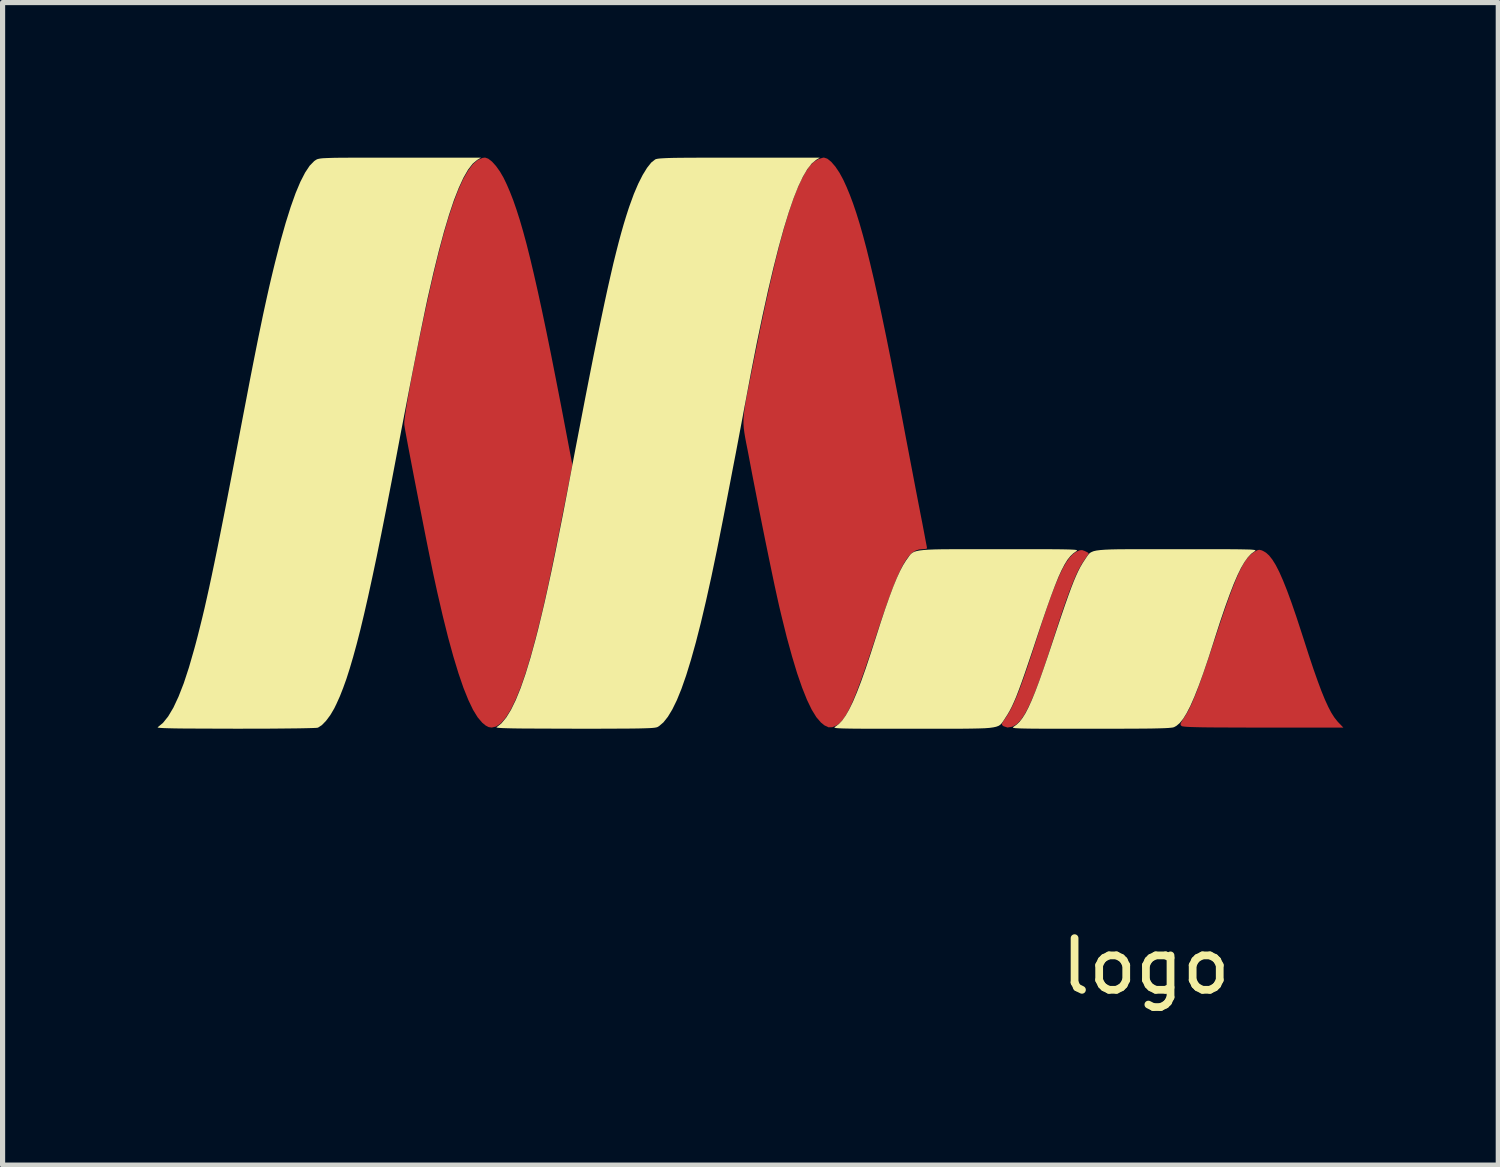
<source format=kicad_pcb>
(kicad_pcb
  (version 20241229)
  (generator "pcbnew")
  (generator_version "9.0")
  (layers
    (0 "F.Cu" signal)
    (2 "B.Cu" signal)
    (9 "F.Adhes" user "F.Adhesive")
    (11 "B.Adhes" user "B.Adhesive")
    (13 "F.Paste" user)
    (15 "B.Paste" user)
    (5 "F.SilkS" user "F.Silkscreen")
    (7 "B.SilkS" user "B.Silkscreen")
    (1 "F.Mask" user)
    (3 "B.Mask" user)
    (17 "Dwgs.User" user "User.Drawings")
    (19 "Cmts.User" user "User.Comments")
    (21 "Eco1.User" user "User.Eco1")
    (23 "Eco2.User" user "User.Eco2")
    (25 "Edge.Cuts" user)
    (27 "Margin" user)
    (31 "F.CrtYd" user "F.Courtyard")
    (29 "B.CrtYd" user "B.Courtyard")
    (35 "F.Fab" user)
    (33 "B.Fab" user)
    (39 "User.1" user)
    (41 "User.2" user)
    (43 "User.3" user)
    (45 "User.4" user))
  (footprint "logo"
    (layer "F.Cu")
    (at 11.509 5.493)
    (property "Reference" "logo" (at 7.62 10.16 0) (layer "F.SilkS") (effects (font (size 1 1) (thickness 0.15))))
    (attr through_hole)
    (fp_poly (pts (xy 6.437 2.122) (xy 6.487 2.146) (xy 6.512 2.164) (xy 6.512 2.166) (xy 6.5 2.19) (xy 6.467 2.24) (xy 6.431 2.292) (xy 6.378 2.372) (xy 6.324 2.469) (xy 6.268 2.585) (xy 6.209 2.724) (xy 6.144 2.89) (xy 6.073 3.086) (xy 5.993 3.317) (xy 5.905 3.586) (xy 5.829 3.821) (xy 5.726 4.14) (xy 5.632 4.418) (xy 5.547 4.657) (xy 5.47 4.86) (xy 5.399 5.03) (xy 5.332 5.171) (xy 5.27 5.286) (xy 5.209 5.377) (xy 5.199 5.391) (xy 5.118 5.474) (xy 5.029 5.524) (xy 4.941 5.538) (xy 4.864 5.513) (xy 4.857 5.508) (xy 4.836 5.489) (xy 4.833 5.466) (xy 4.852 5.428) (xy 4.895 5.366) (xy 4.899 5.36) (xy 4.952 5.279) (xy 5.006 5.183) (xy 5.062 5.069) (xy 5.121 4.932) (xy 5.185 4.769) (xy 5.255 4.576) (xy 5.333 4.349) (xy 5.421 4.084) (xy 5.504 3.827) (xy 5.609 3.501) (xy 5.705 3.217) (xy 5.792 2.972) (xy 5.872 2.765) (xy 5.946 2.591) (xy 6.015 2.449) (xy 6.081 2.336) (xy 6.144 2.248) (xy 6.206 2.183) (xy 6.268 2.139) (xy 6.279 2.133) (xy 6.34 2.107) (xy 6.386 2.104) (xy 6.437 2.122)) (stroke (width 0) (type solid)) (fill yes) (layer "F.Cu"))
    (fp_poly (pts (xy 9.855 2.107) (xy 9.88 2.117) (xy 9.943 2.153) (xy 10.005 2.209) (xy 10.068 2.289) (xy 10.133 2.394) (xy 10.201 2.527) (xy 10.274 2.692) (xy 10.353 2.89) (xy 10.439 3.125) (xy 10.533 3.398) (xy 10.636 3.713) (xy 10.673 3.827) (xy 10.773 4.138) (xy 10.863 4.407) (xy 10.945 4.639) (xy 11.018 4.835) (xy 11.086 5.001) (xy 11.149 5.138) (xy 11.208 5.251) (xy 11.266 5.342) (xy 11.323 5.415) (xy 11.345 5.439) (xy 11.441 5.539) (xy 9.896 5.539) (xy 9.578 5.539) (xy 9.302 5.538) (xy 9.068 5.537) (xy 8.871 5.536) (xy 8.709 5.534) (xy 8.579 5.531) (xy 8.478 5.528) (xy 8.404 5.524) (xy 8.353 5.519) (xy 8.322 5.514) (xy 8.311 5.509) (xy 8.292 5.491) (xy 8.29 5.468) (xy 8.306 5.429) (xy 8.346 5.367) (xy 8.365 5.337) (xy 8.411 5.264) (xy 8.456 5.18) (xy 8.504 5.08) (xy 8.555 4.961) (xy 8.612 4.819) (xy 8.674 4.649) (xy 8.745 4.448) (xy 8.826 4.212) (xy 8.917 3.937) (xy 8.956 3.82) (xy 9.059 3.509) (xy 9.151 3.239) (xy 9.233 3.007) (xy 9.307 2.811) (xy 9.374 2.646) (xy 9.435 2.51) (xy 9.492 2.399) (xy 9.546 2.31) (xy 9.599 2.241) (xy 9.653 2.187) (xy 9.707 2.146) (xy 9.71 2.144) (xy 9.77 2.109) (xy 9.812 2.098) (xy 9.855 2.107)) (stroke (width 0) (type solid)) (fill yes) (layer "F.Cu"))
    (fp_poly (pts (xy -5.11 -5.472) (xy -5.037 -5.416) (xy -4.959 -5.33) (xy -4.882 -5.222) (xy -4.813 -5.103) (xy -4.75 -4.972) (xy -4.688 -4.827) (xy -4.625 -4.666) (xy -4.563 -4.487) (xy -4.499 -4.287) (xy -4.434 -4.064) (xy -4.367 -3.817) (xy -4.298 -3.542) (xy -4.226 -3.238) (xy -4.15 -2.903) (xy -4.07 -2.535) (xy -3.985 -2.131) (xy -3.895 -1.689) (xy -3.8 -1.207) (xy -3.698 -0.684) (xy -3.618 -0.265) (xy -3.481 0.455) (xy -3.524 0.674) (xy -3.599 1.057) (xy -3.667 1.399) (xy -3.727 1.703) (xy -3.781 1.973) (xy -3.83 2.213) (xy -3.874 2.427) (xy -3.914 2.619) (xy -3.951 2.792) (xy -3.986 2.951) (xy -4.019 3.1) (xy -4.052 3.241) (xy -4.085 3.38) (xy -4.119 3.52) (xy -4.156 3.665) (xy -4.175 3.743) (xy -4.276 4.119) (xy -4.376 4.452) (xy -4.475 4.741) (xy -4.574 4.986) (xy -4.671 5.187) (xy -4.768 5.343) (xy -4.863 5.454) (xy -4.956 5.519) (xy -5.041 5.539) (xy -5.101 5.53) (xy -5.16 5.499) (xy -5.226 5.444) (xy -5.313 5.342) (xy -5.403 5.196) (xy -5.494 5.006) (xy -5.589 4.77) (xy -5.685 4.49) (xy -5.784 4.165) (xy -5.886 3.794) (xy -5.99 3.377) (xy -6.097 2.914) (xy -6.174 2.561) (xy -6.202 2.425) (xy -6.236 2.259) (xy -6.275 2.068) (xy -6.317 1.858) (xy -6.361 1.634) (xy -6.407 1.4) (xy -6.454 1.162) (xy -6.5 0.925) (xy -6.545 0.694) (xy -6.587 0.474) (xy -6.626 0.27) (xy -6.661 0.087) (xy -6.69 -0.069) (xy -6.713 -0.194) (xy -6.728 -0.283) (xy -6.734 -0.323) (xy -6.734 -0.377) (xy -6.723 -0.471) (xy -6.704 -0.602) (xy -6.678 -0.764) (xy -6.644 -0.955) (xy -6.605 -1.169) (xy -6.56 -1.402) (xy -6.511 -1.65) (xy -6.459 -1.907) (xy -6.404 -2.171) (xy -6.348 -2.437) (xy -6.291 -2.7) (xy -6.234 -2.955) (xy -6.178 -3.199) (xy -6.123 -3.428) (xy -6.08 -3.604) (xy -5.979 -3.988) (xy -5.88 -4.327) (xy -5.782 -4.621) (xy -5.687 -4.871) (xy -5.593 -5.078) (xy -5.499 -5.242) (xy -5.406 -5.365) (xy -5.313 -5.446) (xy -5.22 -5.487) (xy -5.17 -5.493) (xy -5.11 -5.472)) (stroke (width 0) (type solid)) (fill yes) (layer "F.Cu"))
    (fp_poly (pts (xy 1.453 -5.472) (xy 1.528 -5.412) (xy 1.608 -5.32) (xy 1.688 -5.201) (xy 1.762 -5.065) (xy 1.826 -4.925) (xy 1.889 -4.773) (xy 1.952 -4.605) (xy 2.015 -4.419) (xy 2.079 -4.213) (xy 2.144 -3.985) (xy 2.211 -3.733) (xy 2.28 -3.454) (xy 2.353 -3.146) (xy 2.429 -2.806) (xy 2.509 -2.433) (xy 2.594 -2.024) (xy 2.684 -1.577) (xy 2.779 -1.089) (xy 2.882 -0.559) (xy 2.92 -0.359) (xy 2.967 -0.109) (xy 3.017 0.152) (xy 3.067 0.415) (xy 3.116 0.671) (xy 3.162 0.912) (xy 3.204 1.13) (xy 3.24 1.315) (xy 3.257 1.404) (xy 3.29 1.571) (xy 3.319 1.724) (xy 3.344 1.856) (xy 3.364 1.961) (xy 3.378 2.034) (xy 3.383 2.068) (xy 3.384 2.07) (xy 3.363 2.08) (xy 3.312 2.085) (xy 3.294 2.086) (xy 3.227 2.092) (xy 3.164 2.113) (xy 3.103 2.15) (xy 3.043 2.207) (xy 2.982 2.286) (xy 2.919 2.39) (xy 2.853 2.522) (xy 2.782 2.684) (xy 2.705 2.878) (xy 2.62 3.108) (xy 2.527 3.376) (xy 2.423 3.685) (xy 2.366 3.859) (xy 2.262 4.173) (xy 2.169 4.445) (xy 2.085 4.678) (xy 2.01 4.876) (xy 1.942 5.041) (xy 1.879 5.177) (xy 1.821 5.285) (xy 1.766 5.37) (xy 1.713 5.434) (xy 1.66 5.48) (xy 1.64 5.493) (xy 1.554 5.532) (xy 1.478 5.534) (xy 1.399 5.497) (xy 1.33 5.441) (xy 1.242 5.339) (xy 1.152 5.193) (xy 1.06 5.002) (xy 0.966 4.767) (xy 0.869 4.487) (xy 0.771 4.162) (xy 0.669 3.792) (xy 0.566 3.376) (xy 0.521 3.187) (xy 0.481 3.007) (xy 0.433 2.788) (xy 0.38 2.535) (xy 0.322 2.255) (xy 0.26 1.953) (xy 0.196 1.636) (xy 0.131 1.31) (xy 0.067 0.981) (xy 0.003 0.654) (xy -0.057 0.337) (xy -0.059 0.325) (xy -0.089 0.169) (xy -0.115 0.039) (xy -0.136 -0.072) (xy -0.152 -0.169) (xy -0.163 -0.256) (xy -0.169 -0.339) (xy -0.169 -0.423) (xy -0.163 -0.514) (xy -0.151 -0.615) (xy -0.132 -0.734) (xy -0.107 -0.873) (xy -0.074 -1.04) (xy -0.034 -1.239) (xy 0.013 -1.475) (xy 0.047 -1.645) (xy 0.154 -2.168) (xy 0.255 -2.646) (xy 0.352 -3.081) (xy 0.445 -3.475) (xy 0.534 -3.829) (xy 0.621 -4.144) (xy 0.705 -4.423) (xy 0.787 -4.666) (xy 0.867 -4.876) (xy 0.946 -5.053) (xy 1.025 -5.199) (xy 1.102 -5.317) (xy 1.115 -5.333) (xy 1.192 -5.409) (xy 1.283 -5.465) (xy 1.371 -5.491) (xy 1.389 -5.493) (xy 1.453 -5.472)) (stroke (width 0) (type solid)) (fill yes) (layer "F.Cu"))
    (fp_poly (pts (xy 8.008 2.086) (xy 8.227 2.086) (xy 8.534 2.086) (xy 8.798 2.086) (xy 9.022 2.086) (xy 9.208 2.087) (xy 9.361 2.088) (xy 9.483 2.09) (xy 9.577 2.092) (xy 9.646 2.094) (xy 9.694 2.098) (xy 9.724 2.102) (xy 9.738 2.107) (xy 9.74 2.114) (xy 9.733 2.121) (xy 9.721 2.129) (xy 9.656 2.177) (xy 9.592 2.245) (xy 9.528 2.334) (xy 9.461 2.448) (xy 9.392 2.59) (xy 9.318 2.762) (xy 9.239 2.967) (xy 9.152 3.208) (xy 9.057 3.487) (xy 8.953 3.809) (xy 8.935 3.867) (xy 8.828 4.199) (xy 8.73 4.487) (xy 8.64 4.735) (xy 8.557 4.945) (xy 8.48 5.12) (xy 8.408 5.26) (xy 8.34 5.37) (xy 8.274 5.452) (xy 8.21 5.506) (xy 8.166 5.53) (xy 8.143 5.537) (xy 8.105 5.542) (xy 8.05 5.547) (xy 7.973 5.551) (xy 7.873 5.554) (xy 7.746 5.557) (xy 7.588 5.559) (xy 7.397 5.56) (xy 7.169 5.561) (xy 6.902 5.562) (xy 6.592 5.562) (xy 6.542 5.562) (xy 6.237 5.562) (xy 5.975 5.562) (xy 5.753 5.561) (xy 5.568 5.561) (xy 5.417 5.56) (xy 5.296 5.558) (xy 5.204 5.556) (xy 5.135 5.553) (xy 5.089 5.55) (xy 5.06 5.545) (xy 5.047 5.54) (xy 5.046 5.534) (xy 5.053 5.526) (xy 5.065 5.519) (xy 5.122 5.478) (xy 5.177 5.424) (xy 5.231 5.354) (xy 5.287 5.265) (xy 5.345 5.153) (xy 5.408 5.015) (xy 5.476 4.848) (xy 5.551 4.649) (xy 5.634 4.414) (xy 5.728 4.14) (xy 5.806 3.905) (xy 5.901 3.619) (xy 5.984 3.372) (xy 6.056 3.162) (xy 6.119 2.984) (xy 6.174 2.834) (xy 6.223 2.708) (xy 6.268 2.602) (xy 6.31 2.511) (xy 6.35 2.433) (xy 6.391 2.362) (xy 6.434 2.296) (xy 6.448 2.275) (xy 6.472 2.239) (xy 6.493 2.208) (xy 6.514 2.181) (xy 6.538 2.158) (xy 6.57 2.14) (xy 6.611 2.124) (xy 6.667 2.112) (xy 6.739 2.103) (xy 6.832 2.096) (xy 6.949 2.091) (xy 7.093 2.088) (xy 7.267 2.087) (xy 7.475 2.086) (xy 7.721 2.086) (xy 8.008 2.086)) (stroke (width 0) (type solid)) (fill yes) (layer "F.SilkS"))
    (fp_poly (pts (xy 4.625 2.086) (xy 4.789 2.086) (xy 5.095 2.086) (xy 5.357 2.086) (xy 5.579 2.086) (xy 5.764 2.087) (xy 5.915 2.088) (xy 6.036 2.09) (xy 6.129 2.092) (xy 6.197 2.095) (xy 6.244 2.098) (xy 6.272 2.102) (xy 6.286 2.108) (xy 6.287 2.114) (xy 6.28 2.121) (xy 6.268 2.129) (xy 6.211 2.17) (xy 6.156 2.223) (xy 6.101 2.292) (xy 6.046 2.381) (xy 5.988 2.491) (xy 5.926 2.627) (xy 5.859 2.793) (xy 5.785 2.99) (xy 5.702 3.223) (xy 5.609 3.494) (xy 5.528 3.736) (xy 5.433 4.024) (xy 5.35 4.27) (xy 5.278 4.481) (xy 5.215 4.66) (xy 5.16 4.81) (xy 5.111 4.937) (xy 5.066 5.043) (xy 5.024 5.134) (xy 4.984 5.212) (xy 4.943 5.283) (xy 4.9 5.349) (xy 4.885 5.373) (xy 4.861 5.409) (xy 4.84 5.44) (xy 4.819 5.467) (xy 4.794 5.489) (xy 4.763 5.508) (xy 4.721 5.523) (xy 4.666 5.535) (xy 4.593 5.545) (xy 4.501 5.552) (xy 4.384 5.556) (xy 4.24 5.559) (xy 4.066 5.561) (xy 3.857 5.562) (xy 3.611 5.562) (xy 3.325 5.562) (xy 3.105 5.562) (xy 2.798 5.562) (xy 2.535 5.562) (xy 2.311 5.561) (xy 2.124 5.561) (xy 1.972 5.56) (xy 1.85 5.558) (xy 1.756 5.556) (xy 1.686 5.553) (xy 1.638 5.55) (xy 1.609 5.546) (xy 1.594 5.54) (xy 1.592 5.534) (xy 1.599 5.527) (xy 1.612 5.519) (xy 1.678 5.469) (xy 1.744 5.399) (xy 1.81 5.305) (xy 1.878 5.186) (xy 1.95 5.038) (xy 2.026 4.858) (xy 2.108 4.645) (xy 2.197 4.394) (xy 2.294 4.103) (xy 2.387 3.814) (xy 2.486 3.506) (xy 2.575 3.239) (xy 2.656 3.009) (xy 2.729 2.814) (xy 2.797 2.649) (xy 2.86 2.511) (xy 2.92 2.397) (xy 2.979 2.302) (xy 3.002 2.271) (xy 3.027 2.235) (xy 3.049 2.205) (xy 3.072 2.179) (xy 3.099 2.157) (xy 3.133 2.138) (xy 3.178 2.124) (xy 3.237 2.112) (xy 3.314 2.103) (xy 3.411 2.096) (xy 3.533 2.091) (xy 3.683 2.088) (xy 3.863 2.087) (xy 4.078 2.086) (xy 4.331 2.086) (xy 4.625 2.086)) (stroke (width 0) (type solid)) (fill yes) (layer "F.SilkS"))
    (fp_poly (pts (xy 1.309 -5.492) (xy 1.235 -5.447) (xy 1.151 -5.377) (xy 1.066 -5.268) (xy 0.979 -5.119) (xy 0.89 -4.931) (xy 0.799 -4.701) (xy 0.706 -4.43) (xy 0.61 -4.117) (xy 0.512 -3.762) (xy 0.411 -3.364) (xy 0.307 -2.923) (xy 0.2 -2.437) (xy 0.089 -1.907) (xy -0.024 -1.332) (xy -0.141 -0.711) (xy -0.149 -0.672) (xy -0.183 -0.487) (xy -0.224 -0.27) (xy -0.269 -0.03) (xy -0.318 0.229) (xy -0.37 0.497) (xy -0.422 0.77) (xy -0.474 1.039) (xy -0.524 1.298) (xy -0.571 1.54) (xy -0.614 1.757) (xy -0.651 1.944) (xy -0.681 2.093) (xy -0.684 2.109) (xy -0.791 2.622) (xy -0.895 3.09) (xy -0.995 3.514) (xy -1.092 3.894) (xy -1.187 4.233) (xy -1.279 4.531) (xy -1.369 4.788) (xy -1.458 5.007) (xy -1.546 5.187) (xy -1.633 5.331) (xy -1.719 5.439) (xy -1.805 5.512) (xy -1.834 5.529) (xy -1.853 5.535) (xy -1.884 5.541) (xy -1.93 5.546) (xy -1.996 5.55) (xy -2.083 5.553) (xy -2.195 5.556) (xy -2.335 5.558) (xy -2.507 5.559) (xy -2.714 5.56) (xy -2.958 5.561) (xy -3.243 5.561) (xy -3.446 5.561) (xy -3.763 5.56) (xy -4.037 5.559) (xy -4.269 5.558) (xy -4.462 5.557) (xy -4.619 5.555) (xy -4.742 5.552) (xy -4.835 5.549) (xy -4.898 5.545) (xy -4.936 5.541) (xy -4.95 5.536) (xy -4.948 5.532) (xy -4.854 5.457) (xy -4.761 5.345) (xy -4.668 5.194) (xy -4.575 5.003) (xy -4.481 4.771) (xy -4.386 4.497) (xy -4.289 4.179) (xy -4.19 3.817) (xy -4.14 3.623) (xy -4.079 3.371) (xy -4.016 3.105) (xy -3.953 2.822) (xy -3.887 2.517) (xy -3.818 2.185) (xy -3.745 1.823) (xy -3.666 1.427) (xy -3.582 0.991) (xy -3.535 0.742) (xy -3.428 0.179) (xy -3.328 -0.34) (xy -3.236 -0.818) (xy -3.15 -1.257) (xy -3.07 -1.661) (xy -2.995 -2.03) (xy -2.925 -2.367) (xy -2.86 -2.675) (xy -2.799 -2.956) (xy -2.741 -3.212) (xy -2.687 -3.446) (xy -2.634 -3.66) (xy -2.584 -3.856) (xy -2.535 -4.037) (xy -2.487 -4.205) (xy -2.439 -4.362) (xy -2.391 -4.511) (xy -2.372 -4.566) (xy -2.291 -4.788) (xy -2.206 -4.987) (xy -2.12 -5.157) (xy -2.035 -5.295) (xy -1.954 -5.397) (xy -1.878 -5.457) (xy -1.876 -5.458) (xy -1.857 -5.465) (xy -1.827 -5.471) (xy -1.783 -5.476) (xy -1.721 -5.48) (xy -1.638 -5.484) (xy -1.531 -5.487) (xy -1.396 -5.489) (xy -1.231 -5.49) (xy -1.032 -5.491) (xy -0.796 -5.492) (xy -0.52 -5.492) (xy -0.25 -5.492) (xy 1.309 -5.492)) (stroke (width 0) (type solid)) (fill yes) (layer "F.SilkS"))
    (fp_poly (pts (xy -5.249 -5.492) (xy -5.324 -5.447) (xy -5.411 -5.374) (xy -5.499 -5.26) (xy -5.589 -5.104) (xy -5.68 -4.906) (xy -5.774 -4.666) (xy -5.869 -4.382) (xy -5.967 -4.054) (xy -6.067 -3.682) (xy -6.17 -3.264) (xy -6.276 -2.801) (xy -6.278 -2.793) (xy -6.322 -2.588) (xy -6.373 -2.342) (xy -6.432 -2.056) (xy -6.496 -1.736) (xy -6.566 -1.384) (xy -6.64 -1.004) (xy -6.718 -0.599) (xy -6.8 -0.173) (xy -6.872 0.209) (xy -6.98 0.777) (xy -7.082 1.302) (xy -7.178 1.786) (xy -7.268 2.229) (xy -7.354 2.635) (xy -7.435 3.006) (xy -7.512 3.343) (xy -7.585 3.648) (xy -7.656 3.924) (xy -7.724 4.172) (xy -7.79 4.396) (xy -7.854 4.596) (xy -7.918 4.774) (xy -7.981 4.934) (xy -8.045 5.076) (xy -8.09 5.169) (xy -8.166 5.298) (xy -8.249 5.409) (xy -8.33 5.492) (xy -8.404 5.54) (xy -8.408 5.541) (xy -8.44 5.545) (xy -8.514 5.548) (xy -8.627 5.551) (xy -8.775 5.554) (xy -8.953 5.556) (xy -9.157 5.558) (xy -9.385 5.56) (xy -9.631 5.56) (xy -9.892 5.561) (xy -10.007 5.561) (xy -10.324 5.56) (xy -10.597 5.559) (xy -10.829 5.558) (xy -11.022 5.557) (xy -11.179 5.555) (xy -11.302 5.552) (xy -11.394 5.549) (xy -11.457 5.545) (xy -11.495 5.541) (xy -11.509 5.536) (xy -11.506 5.532) (xy -11.405 5.449) (xy -11.304 5.323) (xy -11.203 5.153) (xy -11.103 4.939) (xy -11.002 4.68) (xy -10.902 4.375) (xy -10.801 4.024) (xy -10.778 3.94) (xy -10.732 3.765) (xy -10.688 3.59) (xy -10.644 3.412) (xy -10.6 3.228) (xy -10.556 3.033) (xy -10.51 2.826) (xy -10.462 2.602) (xy -10.411 2.358) (xy -10.356 2.091) (xy -10.297 1.797) (xy -10.233 1.474) (xy -10.163 1.117) (xy -10.087 0.724) (xy -10.004 0.29) (xy -9.942 -0.035) (xy -9.862 -0.455) (xy -9.789 -0.834) (xy -9.724 -1.175) (xy -9.664 -1.482) (xy -9.609 -1.759) (xy -9.559 -2.009) (xy -9.512 -2.236) (xy -9.469 -2.444) (xy -9.427 -2.637) (xy -9.387 -2.819) (xy -9.348 -2.993) (xy -9.308 -3.164) (xy -9.267 -3.335) (xy -9.235 -3.465) (xy -9.132 -3.868) (xy -9.031 -4.225) (xy -8.933 -4.537) (xy -8.838 -4.804) (xy -8.745 -5.025) (xy -8.654 -5.202) (xy -8.565 -5.336) (xy -8.478 -5.425) (xy -8.449 -5.445) (xy -8.433 -5.455) (xy -8.415 -5.463) (xy -8.391 -5.469) (xy -8.358 -5.475) (xy -8.313 -5.48) (xy -8.252 -5.483) (xy -8.172 -5.486) (xy -8.07 -5.489) (xy -7.941 -5.49) (xy -7.782 -5.491) (xy -7.591 -5.492) (xy -7.364 -5.492) (xy -7.096 -5.492) (xy -6.811 -5.492) (xy -5.249 -5.492)) (stroke (width 0) (type solid)) (fill yes) (layer "F.SilkS")))
  (gr_rect
    (start -3 -3)
    (end 25.949 19.501)
    (stroke (width 0.1) (type default))
    (fill no)
    (layer "Edge.Cuts")))
</source>
